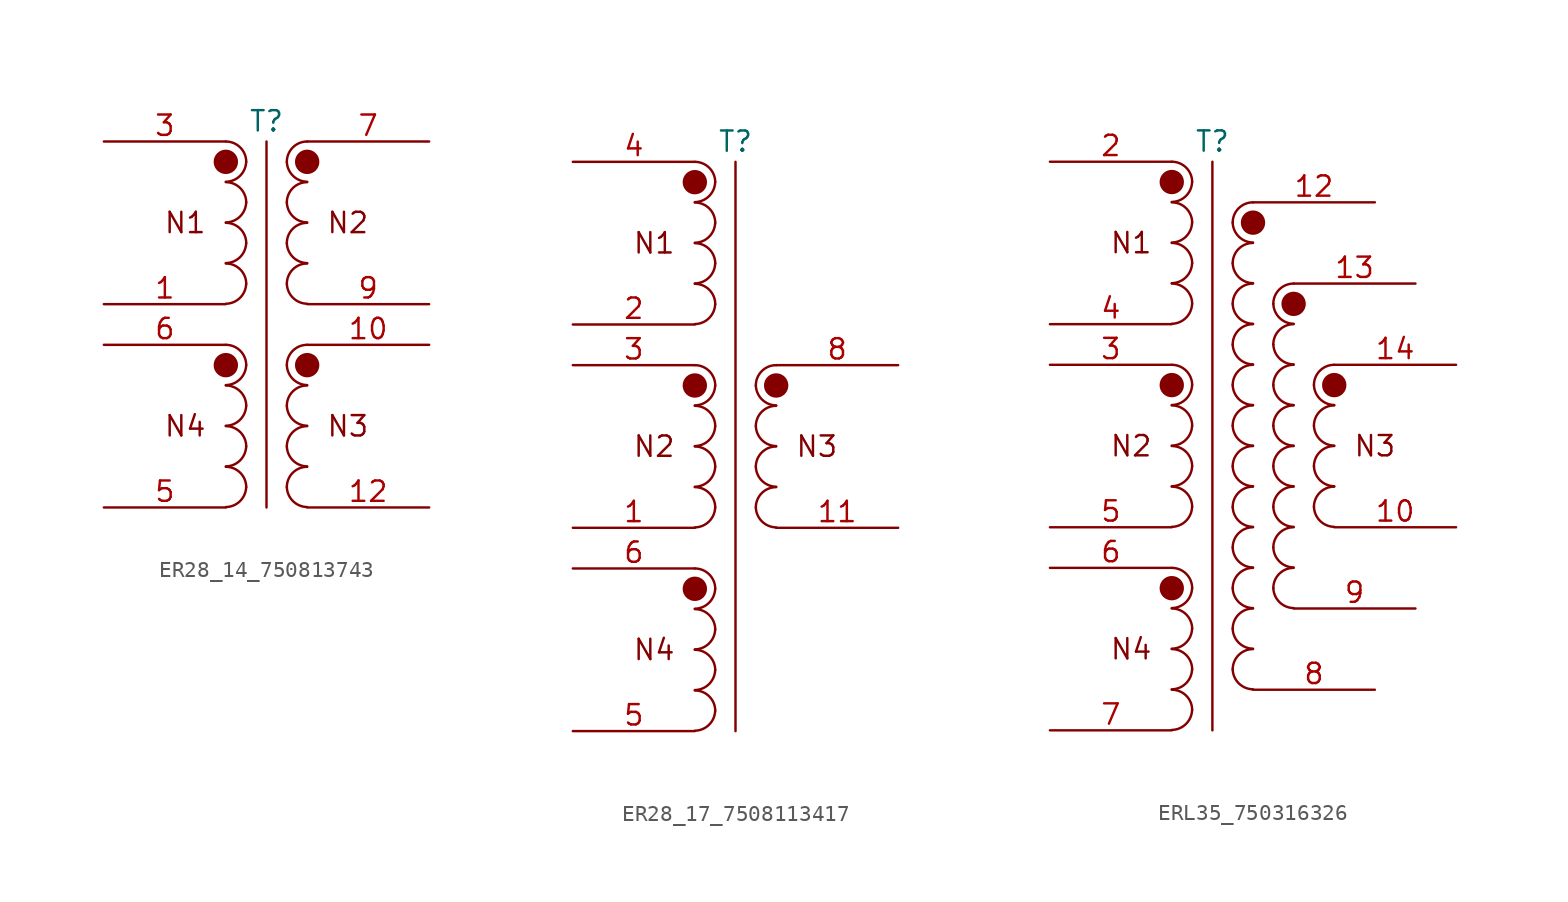
<source format=kicad_sym>
(kicad_symbol_lib
  (version 20220914)
  (generator kicad_symbol_editor)
  (symbol "ER28_14_750813743"
    (pin_names hide)
    (property "Reference" "T"
      (at 0 12.7 0)
      (effects (font (size 1.27 1.27))))
    (property "Critical Parameter" ""
      (at 0 -5.08 0)
      (effects (font (size 1.27 1.27)) (justify left)))
    (symbol "ER28_14_750813743_0_1"
      (arc (start -2.54 -11.4046) (mid -1.6561 -11.0363) (end -1.27 -10.16) (stroke (width 0) (type default)) (fill (type none)))
      (arc (start -2.54 -8.8646) (mid -1.6561 -8.4963) (end -1.27 -7.62) (stroke (width 0) (type default)) (fill (type none)))
      (arc (start -2.54 -6.3246) (mid -1.6561 -5.9563) (end -1.27 -5.08) (stroke (width 0) (type default)) (fill (type none)))
      (arc (start -2.54 -3.7846) (mid -1.6561 -3.4163) (end -1.27 -2.54) (stroke (width 0) (type default)) (fill (type none)))
      (arc (start -2.54 1.2954) (mid -1.6561 1.6637) (end -1.27 2.54) (stroke (width 0) (type default)) (fill (type none)))
      (arc (start -2.54 3.8354) (mid -1.6561 4.2037) (end -1.27 5.08) (stroke (width 0) (type default)) (fill (type none)))
      (arc (start -2.54 6.3754) (mid -1.6561 6.7437) (end -1.27 7.62) (stroke (width 0) (type default)) (fill (type none)))
      (arc (start -2.54 8.9154) (mid -1.6561 9.2837) (end -1.27 10.16) (stroke (width 0) (type default)) (fill (type none)))
      (arc (start -1.27 -10.16) (mid -1.642 -9.262) (end -2.54 -8.89) (stroke (width 0) (type default)) (fill (type none)))
      (arc (start -1.27 -7.62) (mid -1.642 -6.722) (end -2.54 -6.35) (stroke (width 0) (type default)) (fill (type none)))
      (arc (start -1.27 -5.08) (mid -1.642 -4.182) (end -2.54 -3.81) (stroke (width 0) (type default)) (fill (type none)))
      (arc (start -1.27 -2.54) (mid -1.642 -1.642) (end -2.54 -1.27) (stroke (width 0) (type default)) (fill (type none)))
      (arc (start -1.27 2.54) (mid -1.642 3.438) (end -2.54 3.81) (stroke (width 0) (type default)) (fill (type none)))
      (arc (start -1.27 5.08) (mid -1.642 5.978) (end -2.54 6.35) (stroke (width 0) (type default)) (fill (type none)))
      (arc (start -1.27 7.62) (mid -1.642 8.518) (end -2.54 8.89) (stroke (width 0) (type default)) (fill (type none)))
      (arc (start -1.27 10.16) (mid -1.642 11.058) (end -2.54 11.43) (stroke (width 0) (type default)) (fill (type none)))
      (polyline (pts (xy 0 -11.43) (xy 0 11.43)) (stroke (width 0) (type default)) (fill (type none)))
      (arc (start 1.27 -10.16) (mid 1.6561 -11.0363) (end 2.54 -11.4046) (stroke (width 0) (type default)) (fill (type none)))
      (arc (start 1.27 -7.62) (mid 1.6561 -8.4963) (end 2.54 -8.8646) (stroke (width 0) (type default)) (fill (type none)))
      (arc (start 1.27 -5.08) (mid 1.6561 -5.9563) (end 2.54 -6.3246) (stroke (width 0) (type default)) (fill (type none)))
      (arc (start 1.27 -2.54) (mid 1.6561 -3.4163) (end 2.54 -3.7846) (stroke (width 0) (type default)) (fill (type none)))
      (arc (start 1.27 2.54) (mid 1.6561 1.6637) (end 2.54 1.2954) (stroke (width 0) (type default)) (fill (type none)))
      (arc (start 1.27 5.08) (mid 1.6561 4.2037) (end 2.54 3.8354) (stroke (width 0) (type default)) (fill (type none)))
      (arc (start 1.27 7.62) (mid 1.6561 6.7437) (end 2.54 6.3754) (stroke (width 0) (type default)) (fill (type none)))
      (arc (start 1.27 10.16) (mid 1.6561 9.2837) (end 2.54 8.9154) (stroke (width 0) (type default)) (fill (type none)))
      (arc (start 2.54 -8.89) (mid 1.642 -9.262) (end 1.27 -10.16) (stroke (width 0) (type default)) (fill (type none)))
      (arc (start 2.54 -6.35) (mid 1.642 -6.722) (end 1.27 -7.62) (stroke (width 0) (type default)) (fill (type none)))
      (arc (start 2.54 -3.81) (mid 1.642 -4.182) (end 1.27 -5.08) (stroke (width 0) (type default)) (fill (type none)))
      (arc (start 2.54 -1.27) (mid 1.642 -1.642) (end 1.27 -2.54) (stroke (width 0) (type default)) (fill (type none)))
      (arc (start 2.54 3.81) (mid 1.642 3.438) (end 1.27 2.54) (stroke (width 0) (type default)) (fill (type none)))
      (arc (start 2.54 6.35) (mid 1.642 5.978) (end 1.27 5.08) (stroke (width 0) (type default)) (fill (type none)))
      (arc (start 2.54 8.89) (mid 1.642 8.518) (end 1.27 7.62) (stroke (width 0) (type default)) (fill (type none)))
      (arc (start 2.54 11.43) (mid 1.642 11.058) (end 1.27 10.16) (stroke (width 0) (type default)) (fill (type none))))
    (symbol "ER28_14_750813743_1_1"
      (circle (center -2.54 -2.54) (radius 0.0001) (stroke (width 0.762) (type default)) (fill (type none)))
      (circle (center -2.54 10.16) (radius 0.0001) (stroke (width 0.762) (type default)) (fill (type none)))
      (circle (center 2.54 -2.54) (radius 0.0001) (stroke (width 0.762) (type default)) (fill (type none)))
      (circle (center 2.54 10.16) (radius 0.0001) (stroke (width 0.762) (type default)) (fill (type none)))
      (text "N1" (at -5.08 6.35 0) (effects (font (size 1.27 1.27))))
      (text "N2" (at 5.08 6.35 0) (effects (font (size 1.27 1.27))))
      (text "N3" (at 5.08 -6.35 0) (effects (font (size 1.27 1.27))))
      (text "N4" (at -5.08 -6.35 0) (effects (font (size 1.27 1.27))))
      (pin passive line (at -10.16 1.27 0) (length 7.62) (name "1" (effects (font (size 1.27 1.27)))) (number "1" (effects (font (size 1.27 1.27)))))
      (pin passive line (at 10.16 -1.27 180) (length 7.62) (name "10" (effects (font (size 1.27 1.27)))) (number "10" (effects (font (size 1.27 1.27)))))
      (pin passive line (at 10.16 -11.43 180) (length 7.62) (name "12" (effects (font (size 1.27 1.27)))) (number "12" (effects (font (size 1.27 1.27)))))
      (pin passive line (at -10.16 11.43 0) (length 7.62) (name "3" (effects (font (size 1.27 1.27)))) (number "3" (effects (font (size 1.27 1.27)))))
      (pin passive line (at -10.16 -11.43 0) (length 7.62) (name "5" (effects (font (size 1.27 1.27)))) (number "5" (effects (font (size 1.27 1.27)))))
      (pin passive line (at -10.16 -1.27 0) (length 7.62) (name "6" (effects (font (size 1.27 1.27)))) (number "6" (effects (font (size 1.27 1.27)))))
      (pin passive line (at 10.16 11.43 180) (length 7.62) (name "7" (effects (font (size 1.27 1.27)))) (number "7" (effects (font (size 1.27 1.27)))))
      (pin passive line (at 10.16 1.27 180) (length 7.62) (name "9" (effects (font (size 1.27 1.27)))) (number "9" (effects (font (size 1.27 1.27)))))))
  (symbol "ER28_17_7508113417"
    (pin_names hide)
    (property "Reference" "T"
      (at 0 19.05 0)
      (effects (font (size 1.27 1.27))))
    (property "Critical Parameter" ""
      (at 0 -5.08 0)
      (effects (font (size 1.27 1.27)) (justify left)))
    (symbol "ER28_17_7508113417_0_1"
      (arc (start -2.54 -17.7546) (mid -1.6561 -17.3863) (end -1.27 -16.51) (stroke (width 0) (type default)) (fill (type none)))
      (arc (start -2.54 -15.2146) (mid -1.6561 -14.8463) (end -1.27 -13.97) (stroke (width 0) (type default)) (fill (type none)))
      (arc (start -2.54 -12.6746) (mid -1.6561 -12.3063) (end -1.27 -11.43) (stroke (width 0) (type default)) (fill (type none)))
      (arc (start -2.54 -10.1346) (mid -1.6561 -9.7663) (end -1.27 -8.89) (stroke (width 0) (type default)) (fill (type none)))
      (arc (start -2.54 -5.0546) (mid -1.6561 -4.6863) (end -1.27 -3.81) (stroke (width 0) (type default)) (fill (type none)))
      (arc (start -2.54 -2.5146) (mid -1.6561 -2.1463) (end -1.27 -1.27) (stroke (width 0) (type default)) (fill (type none)))
      (arc (start -2.54 0.0254) (mid -1.6561 0.3937) (end -1.27 1.27) (stroke (width 0) (type default)) (fill (type none)))
      (arc (start -2.54 2.5654) (mid -1.6561 2.9337) (end -1.27 3.81) (stroke (width 0) (type default)) (fill (type none)))
      (arc (start -2.54 7.6454) (mid -1.6561 8.0137) (end -1.27 8.89) (stroke (width 0) (type default)) (fill (type none)))
      (arc (start -2.54 10.1854) (mid -1.6561 10.5537) (end -1.27 11.43) (stroke (width 0) (type default)) (fill (type none)))
      (arc (start -2.54 12.7254) (mid -1.6561 13.0937) (end -1.27 13.97) (stroke (width 0) (type default)) (fill (type none)))
      (arc (start -2.54 15.2654) (mid -1.6561 15.6337) (end -1.27 16.51) (stroke (width 0) (type default)) (fill (type none)))
      (arc (start -1.27 -16.51) (mid -1.642 -15.612) (end -2.54 -15.24) (stroke (width 0) (type default)) (fill (type none)))
      (arc (start -1.27 -13.97) (mid -1.642 -13.072) (end -2.54 -12.7) (stroke (width 0) (type default)) (fill (type none)))
      (arc (start -1.27 -11.43) (mid -1.642 -10.532) (end -2.54 -10.16) (stroke (width 0) (type default)) (fill (type none)))
      (arc (start -1.27 -8.89) (mid -1.642 -7.992) (end -2.54 -7.62) (stroke (width 0) (type default)) (fill (type none)))
      (arc (start -1.27 -3.81) (mid -1.642 -2.912) (end -2.54 -2.54) (stroke (width 0) (type default)) (fill (type none)))
      (arc (start -1.27 -1.27) (mid -1.642 -0.372) (end -2.54 0) (stroke (width 0) (type default)) (fill (type none)))
      (arc (start -1.27 1.27) (mid -1.642 2.168) (end -2.54 2.54) (stroke (width 0) (type default)) (fill (type none)))
      (arc (start -1.27 3.81) (mid -1.642 4.708) (end -2.54 5.08) (stroke (width 0) (type default)) (fill (type none)))
      (arc (start -1.27 8.89) (mid -1.642 9.788) (end -2.54 10.16) (stroke (width 0) (type default)) (fill (type none)))
      (arc (start -1.27 11.43) (mid -1.642 12.328) (end -2.54 12.7) (stroke (width 0) (type default)) (fill (type none)))
      (arc (start -1.27 13.97) (mid -1.642 14.868) (end -2.54 15.24) (stroke (width 0) (type default)) (fill (type none)))
      (arc (start -1.27 16.51) (mid -1.642 17.408) (end -2.54 17.78) (stroke (width 0) (type default)) (fill (type none)))
      (polyline (pts (xy 0 -17.78) (xy 0 17.78)) (stroke (width 0) (type default)) (fill (type none)))
      (arc (start 1.27 -3.81) (mid 1.6561 -4.6863) (end 2.54 -5.0546) (stroke (width 0) (type default)) (fill (type none)))
      (arc (start 1.27 -1.27) (mid 1.6561 -2.1463) (end 2.54 -2.5146) (stroke (width 0) (type default)) (fill (type none)))
      (arc (start 1.27 1.27) (mid 1.6561 0.3937) (end 2.54 0.0254) (stroke (width 0) (type default)) (fill (type none)))
      (arc (start 1.27 3.81) (mid 1.6561 2.9337) (end 2.54 2.5654) (stroke (width 0) (type default)) (fill (type none)))
      (arc (start 2.54 -2.54) (mid 1.642 -2.912) (end 1.27 -3.81) (stroke (width 0) (type default)) (fill (type none)))
      (arc (start 2.54 0) (mid 1.642 -0.372) (end 1.27 -1.27) (stroke (width 0) (type default)) (fill (type none)))
      (arc (start 2.54 2.54) (mid 1.642 2.168) (end 1.27 1.27) (stroke (width 0) (type default)) (fill (type none)))
      (arc (start 2.54 5.08) (mid 1.642 4.708) (end 1.27 3.81) (stroke (width 0) (type default)) (fill (type none))))
    (symbol "ER28_17_7508113417_1_1"
      (circle (center -2.54 -8.89) (radius 0.0001) (stroke (width 0.762) (type default)) (fill (type none)))
      (circle (center -2.54 3.81) (radius 0.0001) (stroke (width 0.762) (type default)) (fill (type none)))
      (circle (center -2.54 16.51) (radius 0.0001) (stroke (width 0.762) (type default)) (fill (type none)))
      (circle (center 2.54 3.81) (radius 0.0001) (stroke (width 0.762) (type default)) (fill (type none)))
      (text "N1" (at -5.08 12.7 0) (effects (font (size 1.27 1.27))))
      (text "N2" (at -5.08 0 0) (effects (font (size 1.27 1.27))))
      (text "N3" (at 5.08 0 0) (effects (font (size 1.27 1.27))))
      (text "N4" (at -5.08 -12.7 0) (effects (font (size 1.27 1.27))))
      (pin passive line (at -10.16 -5.08 0) (length 7.62) (name "1" (effects (font (size 1.27 1.27)))) (number "1" (effects (font (size 1.27 1.27)))))
      (pin passive line (at 10.16 -5.08 180) (length 7.62) (name "11" (effects (font (size 1.27 1.27)))) (number "11" (effects (font (size 1.27 1.27)))))
      (pin passive line (at -10.16 7.62 0) (length 7.62) (name "2" (effects (font (size 1.27 1.27)))) (number "2" (effects (font (size 1.27 1.27)))))
      (pin passive line (at -10.16 5.08 0) (length 7.62) (name "3" (effects (font (size 1.27 1.27)))) (number "3" (effects (font (size 1.27 1.27)))))
      (pin passive line (at -10.16 17.78 0) (length 7.62) (name "4" (effects (font (size 1.27 1.27)))) (number "4" (effects (font (size 1.27 1.27)))))
      (pin passive line (at -10.16 -17.78 0) (length 7.62) (name "5" (effects (font (size 1.27 1.27)))) (number "5" (effects (font (size 1.27 1.27)))))
      (pin passive line (at -10.16 -7.62 0) (length 7.62) (name "6" (effects (font (size 1.27 1.27)))) (number "6" (effects (font (size 1.27 1.27)))))
      (pin passive line (at 10.16 5.08 180) (length 7.62) (name "8" (effects (font (size 1.27 1.27)))) (number "8" (effects (font (size 1.27 1.27)))))))
  (symbol "ERL35_750316326"
    (pin_names hide)
    (property "Reference" "T"
      (at 0 19.05 0)
      (effects (font (size 1.27 1.27))))
    (property "Critical Parameter" ""
      (at 0 -5.08 0)
      (effects (font (size 1.27 1.27)) (justify left)))
    (symbol "ERL35_750316326_0_1"
      (arc (start -2.54 -17.7546) (mid -1.6561 -17.3863) (end -1.27 -16.51) (stroke (width 0) (type default)) (fill (type none)))
      (arc (start -2.54 -15.2146) (mid -1.6561 -14.8463) (end -1.27 -13.97) (stroke (width 0) (type default)) (fill (type none)))
      (arc (start -2.54 -12.6746) (mid -1.6561 -12.3063) (end -1.27 -11.43) (stroke (width 0) (type default)) (fill (type none)))
      (arc (start -2.54 -10.1346) (mid -1.6561 -9.7663) (end -1.27 -8.89) (stroke (width 0) (type default)) (fill (type none)))
      (arc (start -2.54 -5.0546) (mid -1.6561 -4.6863) (end -1.27 -3.81) (stroke (width 0) (type default)) (fill (type none)))
      (arc (start -2.54 -2.5146) (mid -1.6561 -2.1463) (end -1.27 -1.27) (stroke (width 0) (type default)) (fill (type none)))
      (arc (start -2.54 0.0254) (mid -1.6561 0.3937) (end -1.27 1.27) (stroke (width 0) (type default)) (fill (type none)))
      (arc (start -2.54 2.5654) (mid -1.6561 2.9337) (end -1.27 3.81) (stroke (width 0) (type default)) (fill (type none)))
      (arc (start -2.54 7.6454) (mid -1.6561 8.0137) (end -1.27 8.89) (stroke (width 0) (type default)) (fill (type none)))
      (arc (start -2.54 10.1854) (mid -1.6561 10.5537) (end -1.27 11.43) (stroke (width 0) (type default)) (fill (type none)))
      (arc (start -2.54 12.7254) (mid -1.6561 13.0937) (end -1.27 13.97) (stroke (width 0) (type default)) (fill (type none)))
      (arc (start -2.54 15.2654) (mid -1.6561 15.6337) (end -1.27 16.51) (stroke (width 0) (type default)) (fill (type none)))
      (arc (start -1.27 -16.51) (mid -1.642 -15.612) (end -2.54 -15.24) (stroke (width 0) (type default)) (fill (type none)))
      (arc (start -1.27 -13.97) (mid -1.642 -13.072) (end -2.54 -12.7) (stroke (width 0) (type default)) (fill (type none)))
      (arc (start -1.27 -11.43) (mid -1.642 -10.532) (end -2.54 -10.16) (stroke (width 0) (type default)) (fill (type none)))
      (arc (start -1.27 -8.89) (mid -1.642 -7.992) (end -2.54 -7.62) (stroke (width 0) (type default)) (fill (type none)))
      (arc (start -1.27 -3.81) (mid -1.642 -2.912) (end -2.54 -2.54) (stroke (width 0) (type default)) (fill (type none)))
      (arc (start -1.27 -1.27) (mid -1.642 -0.372) (end -2.54 0) (stroke (width 0) (type default)) (fill (type none)))
      (arc (start -1.27 1.27) (mid -1.642 2.168) (end -2.54 2.54) (stroke (width 0) (type default)) (fill (type none)))
      (arc (start -1.27 3.81) (mid -1.642 4.708) (end -2.54 5.08) (stroke (width 0) (type default)) (fill (type none)))
      (arc (start -1.27 8.89) (mid -1.642 9.788) (end -2.54 10.16) (stroke (width 0) (type default)) (fill (type none)))
      (arc (start -1.27 11.43) (mid -1.642 12.328) (end -2.54 12.7) (stroke (width 0) (type default)) (fill (type none)))
      (arc (start -1.27 13.97) (mid -1.642 14.868) (end -2.54 15.24) (stroke (width 0) (type default)) (fill (type none)))
      (arc (start -1.27 16.51) (mid -1.642 17.408) (end -2.54 17.78) (stroke (width 0) (type default)) (fill (type none)))
      (polyline (pts (xy 0 -17.78) (xy 0 17.78)) (stroke (width 0) (type default)) (fill (type none)))
      (arc (start 1.27 -13.97) (mid 1.656 -14.8464) (end 2.54 -15.2146) (stroke (width 0) (type default)) (fill (type none)))
      (arc (start 1.27 -11.43) (mid 1.656 -12.3064) (end 2.54 -12.6746) (stroke (width 0) (type default)) (fill (type none)))
      (arc (start 1.27 -8.89) (mid 1.656 -9.7664) (end 2.54 -10.1346) (stroke (width 0) (type default)) (fill (type none)))
      (arc (start 1.27 -6.35) (mid 1.656 -7.2264) (end 2.54 -7.5946) (stroke (width 0) (type default)) (fill (type none)))
      (arc (start 1.27 -3.81) (mid 1.656 -4.6864) (end 2.54 -5.0546) (stroke (width 0) (type default)) (fill (type none)))
      (arc (start 1.27 -1.27) (mid 1.656 -2.1464) (end 2.54 -2.5146) (stroke (width 0) (type default)) (fill (type none)))
      (arc (start 1.27 1.27) (mid 1.656 0.3936) (end 2.54 0.0254) (stroke (width 0) (type default)) (fill (type none)))
      (arc (start 1.27 3.81) (mid 1.656 2.9336) (end 2.54 2.5654) (stroke (width 0) (type default)) (fill (type none)))
      (arc (start 1.27 6.35) (mid 1.656 5.4736) (end 2.54 5.1054) (stroke (width 0) (type default)) (fill (type none)))
      (arc (start 1.27 8.89) (mid 1.656 8.0136) (end 2.54 7.6454) (stroke (width 0) (type default)) (fill (type none)))
      (arc (start 1.27 11.43) (mid 1.656 10.5536) (end 2.54 10.1854) (stroke (width 0) (type default)) (fill (type none)))
      (arc (start 1.27 13.97) (mid 1.656 13.0936) (end 2.54 12.7254) (stroke (width 0) (type default)) (fill (type none)))
      (arc (start 2.54 -12.7) (mid 1.642 -13.072) (end 1.27 -13.97) (stroke (width 0) (type default)) (fill (type none)))
      (arc (start 2.54 -10.16) (mid 1.642 -10.532) (end 1.27 -11.43) (stroke (width 0) (type default)) (fill (type none)))
      (arc (start 2.54 -7.62) (mid 1.642 -7.992) (end 1.27 -8.89) (stroke (width 0) (type default)) (fill (type none)))
      (arc (start 2.54 -5.08) (mid 1.642 -5.452) (end 1.27 -6.35) (stroke (width 0) (type default)) (fill (type none)))
      (arc (start 2.54 -2.54) (mid 1.642 -2.912) (end 1.27 -3.81) (stroke (width 0) (type default)) (fill (type none)))
      (arc (start 2.54 0) (mid 1.642 -0.372) (end 1.27 -1.27) (stroke (width 0) (type default)) (fill (type none)))
      (arc (start 2.54 2.54) (mid 1.642 2.168) (end 1.27 1.27) (stroke (width 0) (type default)) (fill (type none)))
      (arc (start 2.54 5.08) (mid 1.642 4.708) (end 1.27 3.81) (stroke (width 0) (type default)) (fill (type none)))
      (arc (start 2.54 7.62) (mid 1.642 7.248) (end 1.27 6.35) (stroke (width 0) (type default)) (fill (type none)))
      (arc (start 2.54 10.16) (mid 1.642 9.788) (end 1.27 8.89) (stroke (width 0) (type default)) (fill (type none)))
      (arc (start 2.54 12.7) (mid 1.642 12.328) (end 1.27 11.43) (stroke (width 0) (type default)) (fill (type none)))
      (arc (start 2.54 15.24) (mid 1.642 14.868) (end 1.27 13.97) (stroke (width 0) (type default)) (fill (type none)))
      (arc (start 3.81 -8.89) (mid 4.196 -9.7664) (end 5.08 -10.1346) (stroke (width 0) (type default)) (fill (type none)))
      (arc (start 3.81 -6.35) (mid 4.196 -7.2264) (end 5.08 -7.5946) (stroke (width 0) (type default)) (fill (type none)))
      (arc (start 3.81 -3.81) (mid 4.196 -4.6864) (end 5.08 -5.0546) (stroke (width 0) (type default)) (fill (type none)))
      (arc (start 3.81 -1.27) (mid 4.196 -2.1464) (end 5.08 -2.5146) (stroke (width 0) (type default)) (fill (type none)))
      (arc (start 3.81 1.27) (mid 4.196 0.3936) (end 5.08 0.0254) (stroke (width 0) (type default)) (fill (type none)))
      (arc (start 3.81 3.81) (mid 4.196 2.9336) (end 5.08 2.5654) (stroke (width 0) (type default)) (fill (type none)))
      (arc (start 3.81 6.35) (mid 4.196 5.4736) (end 5.08 5.1054) (stroke (width 0) (type default)) (fill (type none)))
      (arc (start 3.81 8.89) (mid 4.196 8.0136) (end 5.08 7.6454) (stroke (width 0) (type default)) (fill (type none)))
      (arc (start 5.08 -7.62) (mid 4.182 -7.992) (end 3.81 -8.89) (stroke (width 0) (type default)) (fill (type none)))
      (arc (start 5.08 -5.08) (mid 4.182 -5.452) (end 3.81 -6.35) (stroke (width 0) (type default)) (fill (type none)))
      (arc (start 5.08 -2.54) (mid 4.182 -2.912) (end 3.81 -3.81) (stroke (width 0) (type default)) (fill (type none)))
      (arc (start 5.08 0) (mid 4.182 -0.372) (end 3.81 -1.27) (stroke (width 0) (type default)) (fill (type none)))
      (arc (start 5.08 2.54) (mid 4.182 2.168) (end 3.81 1.27) (stroke (width 0) (type default)) (fill (type none)))
      (arc (start 5.08 5.08) (mid 4.182 4.708) (end 3.81 3.81) (stroke (width 0) (type default)) (fill (type none)))
      (arc (start 5.08 7.62) (mid 4.182 7.248) (end 3.81 6.35) (stroke (width 0) (type default)) (fill (type none)))
      (arc (start 5.08 10.16) (mid 4.182 9.788) (end 3.81 8.89) (stroke (width 0) (type default)) (fill (type none)))
      (arc (start 6.35 -3.81) (mid 6.7361 -4.6863) (end 7.62 -5.0546) (stroke (width 0) (type default)) (fill (type none)))
      (arc (start 6.35 -1.27) (mid 6.7361 -2.1463) (end 7.62 -2.5146) (stroke (width 0) (type default)) (fill (type none)))
      (arc (start 6.35 1.27) (mid 6.7361 0.3937) (end 7.62 0.0254) (stroke (width 0) (type default)) (fill (type none)))
      (arc (start 6.35 3.81) (mid 6.7361 2.9337) (end 7.62 2.5654) (stroke (width 0) (type default)) (fill (type none)))
      (arc (start 7.62 -2.54) (mid 6.722 -2.912) (end 6.35 -3.81) (stroke (width 0) (type default)) (fill (type none)))
      (arc (start 7.62 0) (mid 6.722 -0.372) (end 6.35 -1.27) (stroke (width 0) (type default)) (fill (type none)))
      (arc (start 7.62 2.54) (mid 6.722 2.168) (end 6.35 1.27) (stroke (width 0) (type default)) (fill (type none)))
      (arc (start 7.62 5.08) (mid 6.722 4.708) (end 6.35 3.81) (stroke (width 0) (type default)) (fill (type none))))
    (symbol "ERL35_750316326_1_1"
      (circle (center -2.54 -8.89) (radius 0.0001) (stroke (width 0.762) (type default)) (fill (type none)))
      (circle (center -2.54 3.81) (radius 0.0001) (stroke (width 0.762) (type default)) (fill (type none)))
      (circle (center -2.54 16.51) (radius 0.0001) (stroke (width 0.762) (type default)) (fill (type none)))
      (circle (center 2.54 13.97) (radius 0.0001) (stroke (width 0.762) (type default)) (fill (type none)))
      (circle (center 5.08 8.89) (radius 0.0001) (stroke (width 0.762) (type default)) (fill (type none)))
      (circle (center 7.62 3.81) (radius 0.0001) (stroke (width 0.762) (type default)) (fill (type none)))
      (text "N1" (at -5.08 12.7 0) (effects (font (size 1.27 1.27))))
      (text "N2" (at -5.08 0 0) (effects (font (size 1.27 1.27))))
      (text "N3" (at 10.16 0 0) (effects (font (size 1.27 1.27))))
      (text "N4" (at -5.08 -12.7 0) (effects (font (size 1.27 1.27))))
      (pin passive line (at 15.24 -5.08 180) (length 7.62) (name "10" (effects (font (size 1.27 1.27)))) (number "10" (effects (font (size 1.27 1.27)))))
      (pin passive line (at 10.16 15.24 180) (length 7.62) (name "12" (effects (font (size 1.27 1.27)))) (number "12" (effects (font (size 1.27 1.27)))))
      (pin passive line (at 12.7 10.16 180) (length 7.62) (name "13" (effects (font (size 1.27 1.27)))) (number "13" (effects (font (size 1.27 1.27)))))
      (pin passive line (at 15.24 5.08 180) (length 7.62) (name "14" (effects (font (size 1.27 1.27)))) (number "14" (effects (font (size 1.27 1.27)))))
      (pin passive line (at -10.16 17.78 0) (length 7.62) (name "2" (effects (font (size 1.27 1.27)))) (number "2" (effects (font (size 1.27 1.27)))))
      (pin passive line (at -10.16 5.08 0) (length 7.62) (name "3" (effects (font (size 1.27 1.27)))) (number "3" (effects (font (size 1.27 1.27)))))
      (pin passive line (at -10.16 7.62 0) (length 7.62) (name "4" (effects (font (size 1.27 1.27)))) (number "4" (effects (font (size 1.27 1.27)))))
      (pin passive line (at -10.16 -5.08 0) (length 7.62) (name "5" (effects (font (size 1.27 1.27)))) (number "5" (effects (font (size 1.27 1.27)))))
      (pin passive line (at -10.16 -7.62 0) (length 7.62) (name "6" (effects (font (size 1.27 1.27)))) (number "6" (effects (font (size 1.27 1.27)))))
      (pin passive line (at -10.16 -17.78 0) (length 7.62) (name "7" (effects (font (size 1.27 1.27)))) (number "7" (effects (font (size 1.27 1.27)))))
      (pin passive line (at 10.16 -15.24 180) (length 7.62) (name "8" (effects (font (size 1.27 1.27)))) (number "8" (effects (font (size 1.27 1.27)))))
      (pin passive line (at 12.7 -10.16 180) (length 7.62) (name "9" (effects (font (size 1.27 1.27)))) (number "9" (effects (font (size 1.27 1.27))))))))
</source>
